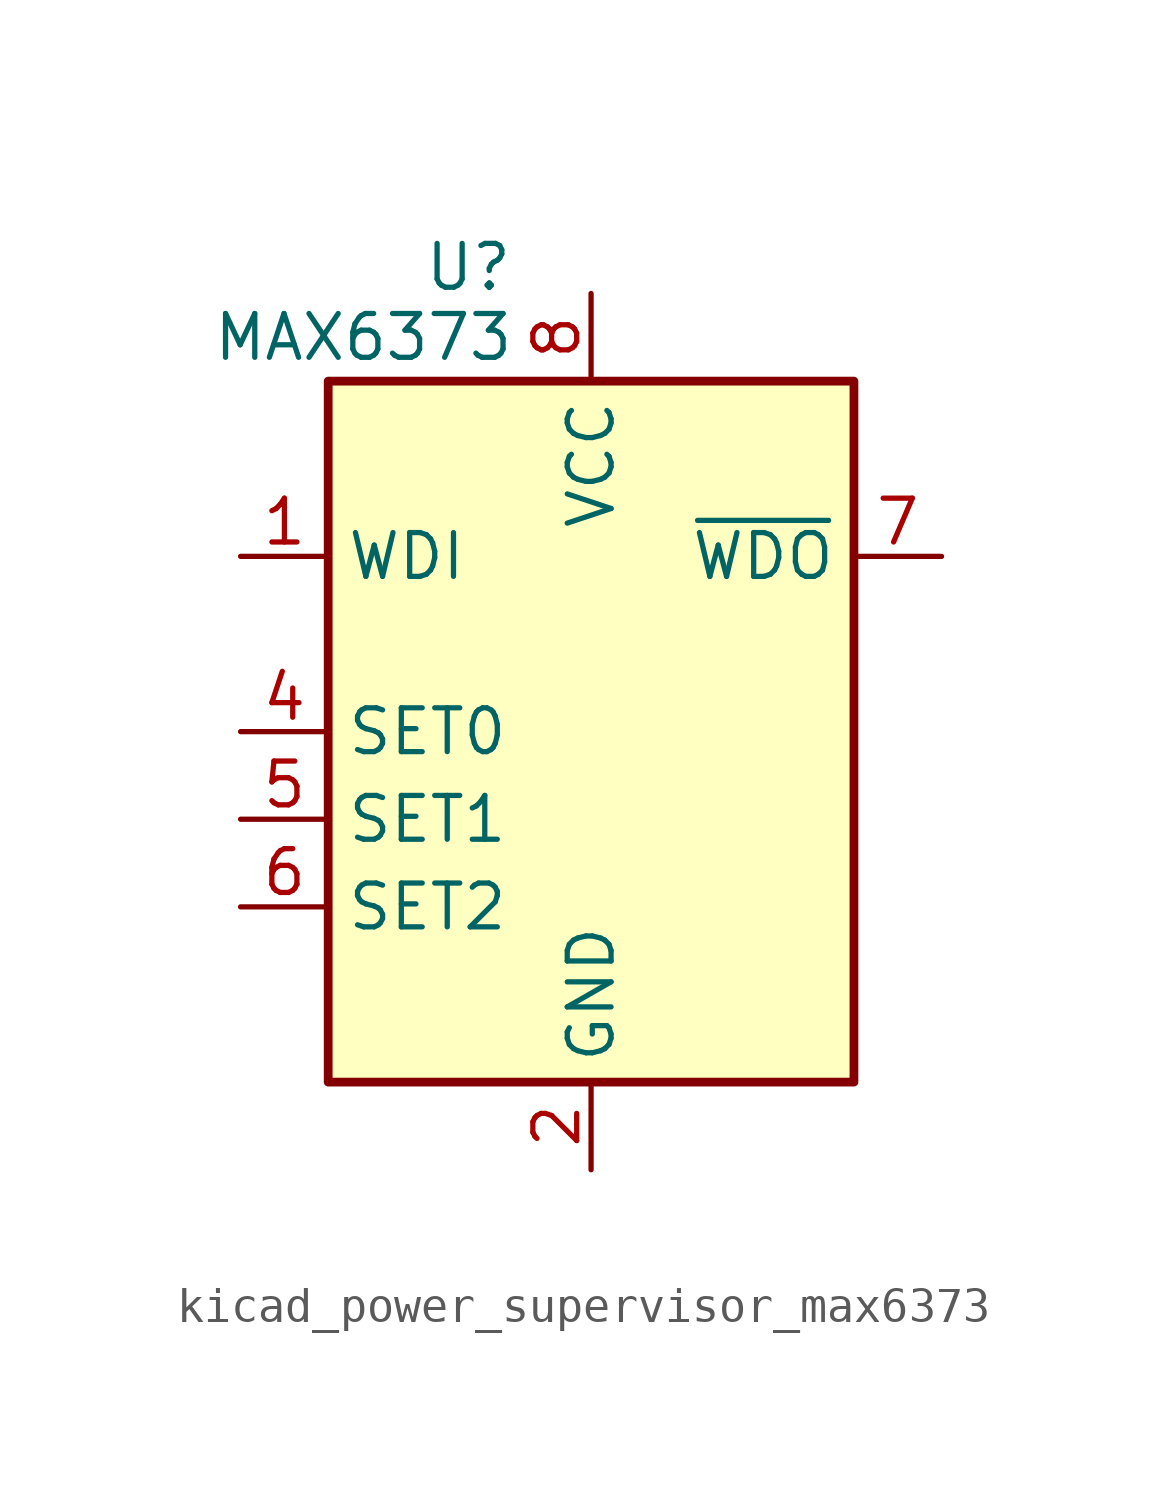
<source format=kicad_sym>
(kicad_symbol_lib
  (version 20220914)
  (generator kicad_symbol_editor)
  (symbol "kicad_power_supervisor_max6373"
    (property "Reference" "U"
      (at -3.556 13.462 0)
      (effects (font (size 1.27 1.27))))
    (property "Value" "MAX6373"
      (at -6.604 11.43 0)
      (effects (font (size 1.27 1.27))))
    (symbol "kicad_power_supervisor_max6373_0_1"
      (rectangle (start -7.62 10.16) (end 7.62 -10.16) (stroke (width 0.254) (type default)) (fill (type background))))
    (symbol "kicad_power_supervisor_max6373_1_1"
      (pin input line (at -10.16 5.08 0) (length 2.54) (name "WDI" (effects (font (size 1.27 1.27)))) (number "1" (effects (font (size 1.27 1.27)))))
      (pin power_in line (at 0 -12.7 90) (length 2.54) (name "GND" (effects (font (size 1.27 1.27)))) (number "2" (effects (font (size 1.27 1.27)))))
      (pin no_connect line (at 7.62 -5.08 180) (length 2.54) hide (name "NC" (effects (font (size 1.27 1.27)))) (number "3" (effects (font (size 1.27 1.27)))))
      (pin input line (at -10.16 0 0) (length 2.54) (name "SET0" (effects (font (size 1.27 1.27)))) (number "4" (effects (font (size 1.27 1.27)))))
      (pin input line (at -10.16 -2.54 0) (length 2.54) (name "SET1" (effects (font (size 1.27 1.27)))) (number "5" (effects (font (size 1.27 1.27)))))
      (pin input line (at -10.16 -5.08 0) (length 2.54) (name "SET2" (effects (font (size 1.27 1.27)))) (number "6" (effects (font (size 1.27 1.27)))))
      (pin open_collector line (at 10.16 5.08 180) (length 2.54) (name "~{WDO}" (effects (font (size 1.27 1.27)))) (number "7" (effects (font (size 1.27 1.27)))))
      (pin power_in line (at 0 12.7 270) (length 2.54) (name "VCC" (effects (font (size 1.27 1.27)))) (number "8" (effects (font (size 1.27 1.27))))))))
</source>
